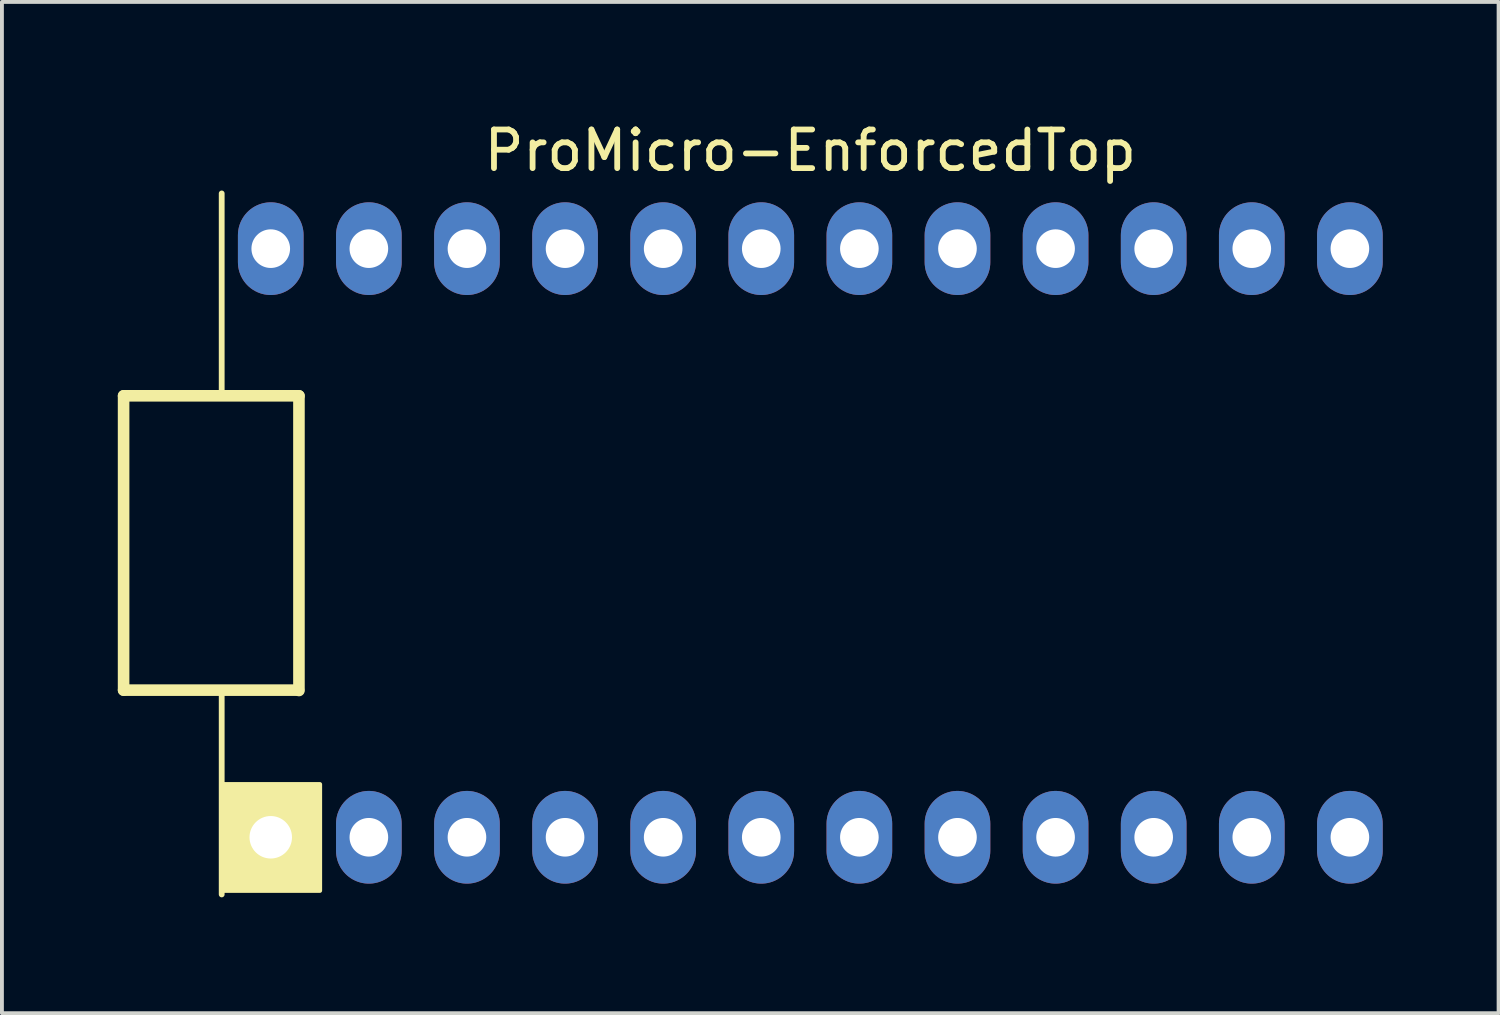
<source format=kicad_pcb>
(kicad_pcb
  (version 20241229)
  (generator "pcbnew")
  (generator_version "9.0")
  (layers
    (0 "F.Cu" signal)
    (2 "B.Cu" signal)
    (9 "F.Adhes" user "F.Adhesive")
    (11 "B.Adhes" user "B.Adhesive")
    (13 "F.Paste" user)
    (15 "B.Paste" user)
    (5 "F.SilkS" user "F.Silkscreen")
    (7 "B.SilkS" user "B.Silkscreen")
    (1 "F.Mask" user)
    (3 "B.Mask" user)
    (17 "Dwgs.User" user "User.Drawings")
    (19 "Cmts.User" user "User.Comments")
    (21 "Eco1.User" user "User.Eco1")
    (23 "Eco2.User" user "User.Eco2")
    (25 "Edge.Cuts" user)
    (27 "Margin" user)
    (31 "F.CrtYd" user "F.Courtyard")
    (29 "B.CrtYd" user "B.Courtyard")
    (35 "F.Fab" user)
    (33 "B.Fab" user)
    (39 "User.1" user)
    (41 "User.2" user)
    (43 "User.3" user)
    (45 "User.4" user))
  (footprint "ProMicro-EnforcedTop"
    (layer "F.Cu")
    (at 17.93 11.008)
    (property "Reference" "ProMicro-EnforcedTop" (at 0 -10.16 0) (layer "F.SilkS") (effects (font (size 1 1) (thickness 0.15))))
    (attr through_hole)
    (fp_line (start -17.78 -3.81) (end -13.24 -3.81) (stroke (width 0.3) (type solid)) (layer "F.SilkS"))
    (fp_line (start -17.78 3.81) (end -17.78 -3.81) (stroke (width 0.3) (type solid)) (layer "F.SilkS"))
    (fp_line (start -15.24 -3.81) (end -15.24 -9.05) (stroke (width 0.15) (type solid)) (layer "F.SilkS"))
    (fp_line (start -15.24 9.1) (end -15.24 3.81) (stroke (width 0.15) (type solid)) (layer "F.SilkS"))
    (fp_line (start -13.25 3.81) (end -17.78 3.81) (stroke (width 0.3) (type solid)) (layer "F.SilkS"))
    (fp_line (start -13.24 -3.81) (end -13.24 3.82) (stroke (width 0.3) (type solid)) (layer "F.SilkS"))
    (fp_rect (start -15.25 6.25) (end -12.7 9) (stroke (width 0.12) (type solid)) (fill yes) (layer "F.SilkS"))
    (pad "1" thru_hole roundrect (at -13.97 7.62) (size 1.7 2.4) (drill 1.1) (layers "*.Cu" "B.Mask") (roundrect_rratio 0.25))
    (pad "2" thru_hole oval (at -11.43 7.62) (size 1.7 2.4) (drill 1) (layers "*.Cu" "B.Mask"))
    (pad "3" thru_hole oval (at -8.89 7.62) (size 1.7 2.4) (drill 1) (layers "*.Cu" "B.Mask"))
    (pad "4" thru_hole oval (at -6.35 7.62) (size 1.7 2.4) (drill 1) (layers "*.Cu" "B.Mask"))
    (pad "5" thru_hole oval (at -3.81 7.62) (size 1.7 2.4) (drill 1) (layers "*.Cu" "B.Mask"))
    (pad "6" thru_hole oval (at -1.27 7.62) (size 1.7 2.4) (drill 1) (layers "*.Cu" "B.Mask"))
    (pad "7" thru_hole oval (at 1.27 7.62) (size 1.7 2.4) (drill 1) (layers "*.Cu" "B.Mask"))
    (pad "8" thru_hole oval (at 3.81 7.62) (size 1.7 2.4) (drill 1) (layers "*.Cu" "B.Mask"))
    (pad "9" thru_hole oval (at 6.35 7.62) (size 1.7 2.4) (drill 1) (layers "*.Cu" "B.Mask"))
    (pad "10" thru_hole oval (at 8.89 7.62) (size 1.7 2.4) (drill 1) (layers "*.Cu" "B.Mask"))
    (pad "11" thru_hole oval (at 11.43 7.62) (size 1.7 2.4) (drill 1) (layers "*.Cu" "B.Mask"))
    (pad "12" thru_hole oval (at 13.97 7.62) (size 1.7 2.4) (drill 1) (layers "*.Cu" "B.Mask"))
    (pad "13" thru_hole oval (at 13.97 -7.62) (size 1.7 2.4) (drill 1) (layers "*.Cu" "B.Mask"))
    (pad "14" thru_hole oval (at 11.43 -7.62) (size 1.7 2.4) (drill 1) (layers "*.Cu" "B.Mask"))
    (pad "15" thru_hole oval (at 8.89 -7.62) (size 1.7 2.4) (drill 1) (layers "*.Cu" "B.Mask"))
    (pad "16" thru_hole oval (at 6.35 -7.62) (size 1.7 2.4) (drill 1) (layers "*.Cu" "B.Mask"))
    (pad "17" thru_hole oval (at 3.81 -7.62) (size 1.7 2.4) (drill 1) (layers "*.Cu" "B.Mask"))
    (pad "18" thru_hole oval (at 1.27 -7.62) (size 1.7 2.4) (drill 1) (layers "*.Cu" "B.Mask"))
    (pad "19" thru_hole oval (at -1.27 -7.62) (size 1.7 2.4) (drill 1) (layers "*.Cu" "B.Mask"))
    (pad "20" thru_hole oval (at -3.81 -7.62) (size 1.7 2.4) (drill 1) (layers "*.Cu" "B.Mask"))
    (pad "21" thru_hole oval (at -6.35 -7.62) (size 1.7 2.4) (drill 1) (layers "*.Cu" "B.Mask"))
    (pad "22" thru_hole oval (at -8.89 -7.62) (size 1.7 2.4) (drill 1) (layers "*.Cu" "B.Mask"))
    (pad "23" thru_hole oval (at -11.43 -7.62) (size 1.7 2.4) (drill 1) (layers "*.Cu" "B.Mask"))
    (pad "24" thru_hole oval (at -13.97 -7.62) (size 1.7 2.4) (drill 1) (layers "*.Cu" "B.Mask")))
  (gr_rect
    (start -3 -3)
    (end 35.75 23.183)
    (stroke (width 0.1) (type default))
    (fill no)
    (layer "Edge.Cuts")))
</source>
